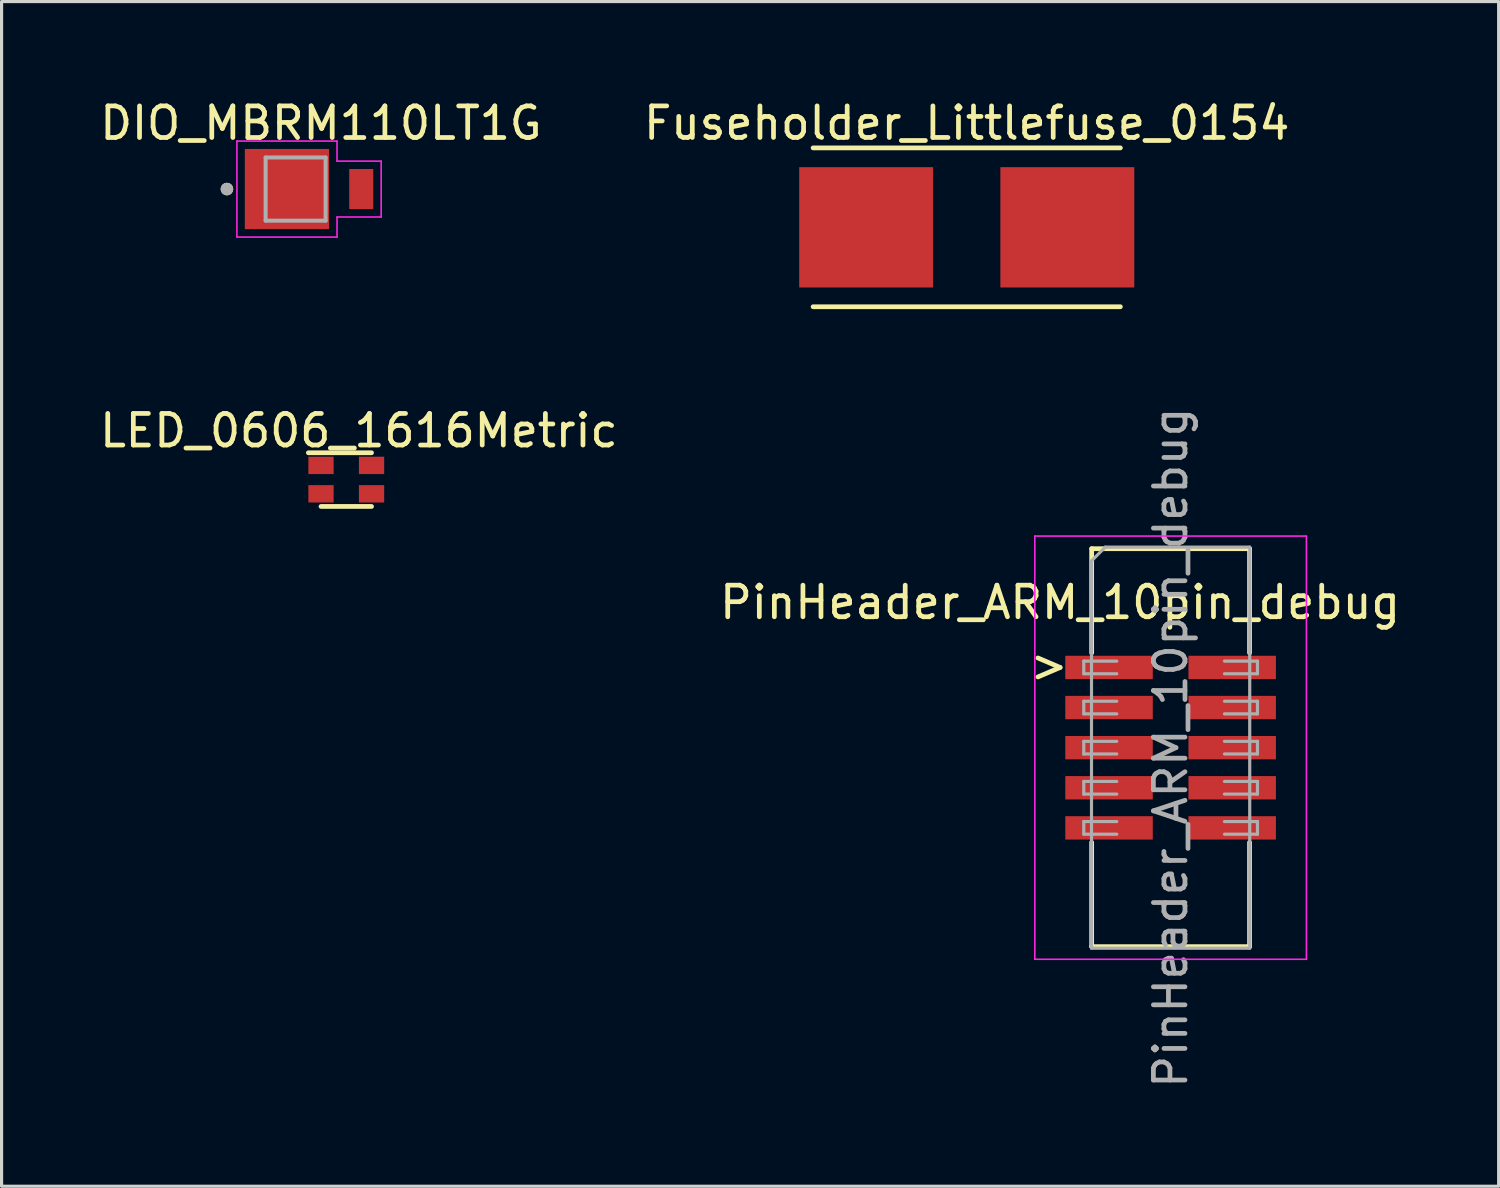
<source format=kicad_pcb>
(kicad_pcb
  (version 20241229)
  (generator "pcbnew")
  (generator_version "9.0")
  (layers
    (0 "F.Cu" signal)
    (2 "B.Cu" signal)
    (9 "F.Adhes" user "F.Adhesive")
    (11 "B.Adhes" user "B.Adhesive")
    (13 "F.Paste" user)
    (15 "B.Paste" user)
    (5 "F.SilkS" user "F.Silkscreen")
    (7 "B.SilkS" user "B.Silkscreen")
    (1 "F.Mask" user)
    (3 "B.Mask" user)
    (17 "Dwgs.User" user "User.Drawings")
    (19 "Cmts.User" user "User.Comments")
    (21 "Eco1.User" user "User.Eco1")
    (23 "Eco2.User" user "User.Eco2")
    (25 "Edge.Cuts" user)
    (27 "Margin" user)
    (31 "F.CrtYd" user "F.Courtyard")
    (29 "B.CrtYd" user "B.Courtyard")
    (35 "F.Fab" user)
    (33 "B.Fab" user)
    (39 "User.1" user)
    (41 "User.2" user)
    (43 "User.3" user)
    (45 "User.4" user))
  (footprint "Fuseholder_Littlefuse_0154"
    (layer "F.Cu")
    (at 27.562 4.148)
    (property "Reference" "Fuseholder_Littlefuse_0154" (at 0 -3.3 0) (layer "F.SilkS") (effects (font (size 1 1) (thickness 0.15))))
    (attr through_hole)
    (fp_line (start -4.865 -2.515) (end 4.865 -2.515) (stroke (width 0.15) (type solid)) (layer "F.SilkS"))
    (fp_line (start 4.865 2.515) (end -4.865 2.515) (stroke (width 0.15) (type solid)) (layer "F.SilkS"))
    (pad "1" smd rect (at 3.185 0) (size 4.24 3.81) (layers "F.Cu" "F.Mask" "F.Paste"))
    (pad "2" smd rect (at -3.185 0 180) (size 4.24 3.81) (layers "F.Cu" "F.Mask" "F.Paste")))
  (footprint "LED_0606_1616Metric"
    (layer "F.Cu")
    (at 7.115 11.687)
    (property "Reference" "LED_0606_1616Metric" (at 1.2 -1.1 0) (layer "F.SilkS") (effects (font (size 1 1) (thickness 0.15))))
    (attr through_hole)
    (fp_line (start -0.4 -0.4) (end 1.6 -0.4) (stroke (width 0.15) (type solid)) (layer "F.SilkS"))
    (fp_line (start 0 1.3) (end 1.6 1.3) (stroke (width 0.15) (type solid)) (layer "F.SilkS"))
    (pad "1" smd rect (at 0 0) (size 0.8 0.55) (layers "F.Cu" "F.Mask" "F.Paste"))
    (pad "2" smd rect (at 0 0.9) (size 0.8 0.55) (layers "F.Cu" "F.Mask" "F.Paste"))
    (pad "3" smd rect (at 1.6 0.9) (size 0.8 0.55) (layers "F.Cu" "F.Mask" "F.Paste"))
    (pad "4" smd rect (at 1.6 0) (size 0.8 0.55) (layers "F.Cu" "F.Mask" "F.Paste")))
  (footprint "PinHeader_ARM_10pin_debug"
    (layer "F.Cu")
    (at 34.018 20.625)
    (property "Reference" "PinHeader_ARM_10pin_debug" (at -3.5 -4.6 0) (layer "F.SilkS") (effects (font (size 1 1) (thickness 0.15))))
    (attr smd)
    (fp_line (start -4.2 -2.84) (end -3.5 -2.54) (stroke (width 0.15) (type solid)) (layer "F.SilkS"))
    (fp_line (start -3.5 -2.54) (end -4.2 -2.24) (stroke (width 0.15) (type solid)) (layer "F.SilkS"))
    (fp_line (start -2.5 -6.3) (end 2.5 -6.3) (stroke (width 0.15) (type solid)) (layer "F.SilkS"))
    (fp_line (start -2.5 -3) (end -2.5 -6.3) (stroke (width 0.15) (type solid)) (layer "F.SilkS"))
    (fp_line (start -2.5 3) (end -2.5 6.3) (stroke (width 0.15) (type solid)) (layer "F.SilkS"))
    (fp_line (start -2.5 6.3) (end 2.5 6.3) (stroke (width 0.15) (type solid)) (layer "F.SilkS"))
    (fp_line (start 2.5 -6.3) (end 2.5 -3) (stroke (width 0.15) (type solid)) (layer "F.SilkS"))
    (fp_line (start 2.5 6.3) (end 2.5 3) (stroke (width 0.15) (type solid)) (layer "F.SilkS"))
    (fp_line (start -4.3 -6.7) (end -4.3 6.7) (stroke (width 0.05) (type solid)) (layer "F.CrtYd"))
    (fp_line (start -4.3 6.7) (end 4.3 6.7) (stroke (width 0.05) (type solid)) (layer "F.CrtYd"))
    (fp_line (start 4.3 -6.7) (end -4.3 -6.7) (stroke (width 0.05) (type solid)) (layer "F.CrtYd"))
    (fp_line (start 4.3 6.7) (end 4.3 -6.7) (stroke (width 0.05) (type solid)) (layer "F.CrtYd"))
    (fp_line (start -2.75 -2.74) (end -2.75 -2.34) (stroke (width 0.1) (type solid)) (layer "F.Fab"))
    (fp_line (start -2.75 -2.34) (end -1.705 -2.34) (stroke (width 0.1) (type solid)) (layer "F.Fab"))
    (fp_line (start -2.75 -1.47) (end -2.75 -1.07) (stroke (width 0.1) (type solid)) (layer "F.Fab"))
    (fp_line (start -2.75 -1.07) (end -1.705 -1.07) (stroke (width 0.1) (type solid)) (layer "F.Fab"))
    (fp_line (start -2.75 -0.2) (end -2.75 0.2) (stroke (width 0.1) (type solid)) (layer "F.Fab"))
    (fp_line (start -2.75 0.2) (end -1.705 0.2) (stroke (width 0.1) (type solid)) (layer "F.Fab"))
    (fp_line (start -2.75 1.07) (end -2.75 1.47) (stroke (width 0.1) (type solid)) (layer "F.Fab"))
    (fp_line (start -2.75 1.47) (end -1.705 1.47) (stroke (width 0.1) (type solid)) (layer "F.Fab"))
    (fp_line (start -2.75 2.34) (end -2.75 2.74) (stroke (width 0.1) (type solid)) (layer "F.Fab"))
    (fp_line (start -2.75 2.74) (end -1.705 2.74) (stroke (width 0.1) (type solid)) (layer "F.Fab"))
    (fp_line (start -2.505 -5.915) (end -2.505 6.35) (stroke (width 0.1) (type solid)) (layer "F.Fab"))
    (fp_line (start -2.505 -5.915) (end -2.07 -6.35) (stroke (width 0.1) (type solid)) (layer "F.Fab"))
    (fp_line (start -2.07 -6.35) (end 2.505 -6.35) (stroke (width 0.1) (type solid)) (layer "F.Fab"))
    (fp_line (start -1.705 -2.74) (end -2.75 -2.74) (stroke (width 0.1) (type solid)) (layer "F.Fab"))
    (fp_line (start -1.705 -1.47) (end -2.75 -1.47) (stroke (width 0.1) (type solid)) (layer "F.Fab"))
    (fp_line (start -1.705 -0.2) (end -2.75 -0.2) (stroke (width 0.1) (type solid)) (layer "F.Fab"))
    (fp_line (start -1.705 1.07) (end -2.75 1.07) (stroke (width 0.1) (type solid)) (layer "F.Fab"))
    (fp_line (start -1.705 2.34) (end -2.75 2.34) (stroke (width 0.1) (type solid)) (layer "F.Fab"))
    (fp_line (start 1.705 -2.74) (end 2.75 -2.74) (stroke (width 0.1) (type solid)) (layer "F.Fab"))
    (fp_line (start 1.705 -1.47) (end 2.75 -1.47) (stroke (width 0.1) (type solid)) (layer "F.Fab"))
    (fp_line (start 1.705 -0.2) (end 2.75 -0.2) (stroke (width 0.1) (type solid)) (layer "F.Fab"))
    (fp_line (start 1.705 1.07) (end 2.75 1.07) (stroke (width 0.1) (type solid)) (layer "F.Fab"))
    (fp_line (start 1.705 2.34) (end 2.75 2.34) (stroke (width 0.1) (type solid)) (layer "F.Fab"))
    (fp_line (start 2.505 -6.35) (end 2.505 6.35) (stroke (width 0.1) (type solid)) (layer "F.Fab"))
    (fp_line (start 2.505 6.35) (end -2.505 6.35) (stroke (width 0.1) (type solid)) (layer "F.Fab"))
    (fp_line (start 2.75 -2.74) (end 2.75 -2.34) (stroke (width 0.1) (type solid)) (layer "F.Fab"))
    (fp_line (start 2.75 -2.34) (end 1.705 -2.34) (stroke (width 0.1) (type solid)) (layer "F.Fab"))
    (fp_line (start 2.75 -1.47) (end 2.75 -1.07) (stroke (width 0.1) (type solid)) (layer "F.Fab"))
    (fp_line (start 2.75 -1.07) (end 1.705 -1.07) (stroke (width 0.1) (type solid)) (layer "F.Fab"))
    (fp_line (start 2.75 -0.2) (end 2.75 0.2) (stroke (width 0.1) (type solid)) (layer "F.Fab"))
    (fp_line (start 2.75 0.2) (end 1.705 0.2) (stroke (width 0.1) (type solid)) (layer "F.Fab"))
    (fp_line (start 2.75 1.07) (end 2.75 1.47) (stroke (width 0.1) (type solid)) (layer "F.Fab"))
    (fp_line (start 2.75 1.47) (end 1.705 1.47) (stroke (width 0.1) (type solid)) (layer "F.Fab"))
    (fp_line (start 2.75 2.34) (end 2.75 2.74) (stroke (width 0.1) (type solid)) (layer "F.Fab"))
    (fp_line (start 2.75 2.74) (end 1.705 2.74) (stroke (width 0.1) (type solid)) (layer "F.Fab"))
    (fp_text user "${REFERENCE}" (at 0 0 90) (layer "F.Fab") (effects (font (size 1 1) (thickness 0.15))))
    (pad "1" smd rect (at -1.95 -2.54) (size 2.77 0.74) (layers "F.Cu" "F.Mask" "F.Paste"))
    (pad "2" smd rect (at 1.95 -2.54) (size 2.77 0.74) (layers "F.Cu" "F.Mask" "F.Paste"))
    (pad "3" smd rect (at -1.95 -1.27) (size 2.77 0.74) (layers "F.Cu" "F.Mask" "F.Paste"))
    (pad "4" smd rect (at 1.95 -1.27) (size 2.77 0.74) (layers "F.Cu" "F.Mask" "F.Paste"))
    (pad "5" smd rect (at -1.95 0) (size 2.77 0.74) (layers "F.Cu" "F.Mask" "F.Paste"))
    (pad "6" smd rect (at 1.95 0) (size 2.77 0.74) (layers "F.Cu" "F.Mask" "F.Paste"))
    (pad "7" smd rect (at -1.95 1.27) (size 2.77 0.74) (layers "F.Cu" "F.Mask" "F.Paste"))
    (pad "8" smd rect (at 1.95 1.27) (size 2.77 0.74) (layers "F.Cu" "F.Mask" "F.Paste"))
    (pad "9" smd rect (at -1.95 2.54) (size 2.77 0.74) (layers "F.Cu" "F.Mask" "F.Paste"))
    (pad "10" smd rect (at 1.95 2.54) (size 2.77 0.74) (layers "F.Cu" "F.Mask" "F.Paste")))
  (footprint "DIO_MBRM110LT1G"
    (layer "F.Cu")
    (at 6.736 2.937)
    (property "Reference" "DIO_MBRM110LT1G" (at 0.376 -2.088 0) (layer "F.SilkS") (effects (font (size 1.001 1.001) (thickness 0.15))))
    (attr through_hole)
    (fp_circle (center -2.6 0) (end -2.5 0) (stroke (width 0.2) (type solid)) (fill no) (layer "F.SilkS"))
    (fp_line (start -2.284 -1.52) (end 0.886 -1.52) (stroke (width 0.05) (type solid)) (layer "F.CrtYd"))
    (fp_line (start -2.284 1.52) (end -2.284 -1.52) (stroke (width 0.05) (type solid)) (layer "F.CrtYd"))
    (fp_line (start 0.886 -1.52) (end 0.886 -0.885) (stroke (width 0.05) (type solid)) (layer "F.CrtYd"))
    (fp_line (start 0.886 -0.885) (end 2.284 -0.885) (stroke (width 0.05) (type solid)) (layer "F.CrtYd"))
    (fp_line (start 0.886 0.885) (end 0.886 1.52) (stroke (width 0.05) (type solid)) (layer "F.CrtYd"))
    (fp_line (start 0.886 1.52) (end -2.284 1.52) (stroke (width 0.05) (type solid)) (layer "F.CrtYd"))
    (fp_line (start 2.284 -0.885) (end 2.284 0.885) (stroke (width 0.05) (type solid)) (layer "F.CrtYd"))
    (fp_line (start 2.284 0.885) (end 0.886 0.885) (stroke (width 0.05) (type solid)) (layer "F.CrtYd"))
    (fp_line (start -1.375 -1) (end 0.525 -1) (stroke (width 0.127) (type solid)) (layer "F.Fab"))
    (fp_line (start -1.375 1) (end -1.375 -1) (stroke (width 0.127) (type solid)) (layer "F.Fab"))
    (fp_line (start 0.525 -1) (end 0.525 1) (stroke (width 0.127) (type solid)) (layer "F.Fab"))
    (fp_line (start 0.525 1) (end -1.375 1) (stroke (width 0.127) (type solid)) (layer "F.Fab"))
    (fp_circle (center -2.6 0) (end -2.5 0) (stroke (width 0.2) (type solid)) (fill no) (layer "F.Fab"))
    (pad "1" smd rect (at -0.699 0) (size 2.67 2.54) (layers "F.Cu" "F.Mask" "F.Paste"))
    (pad "2" smd rect (at 1.653 0) (size 0.762 1.27) (layers "F.Cu" "F.Mask" "F.Paste")))
  (gr_rect
    (start -3 -3)
    (end 44.405 34.512)
    (stroke (width 0.1) (type default))
    (fill no)
    (layer "Edge.Cuts")))
</source>
